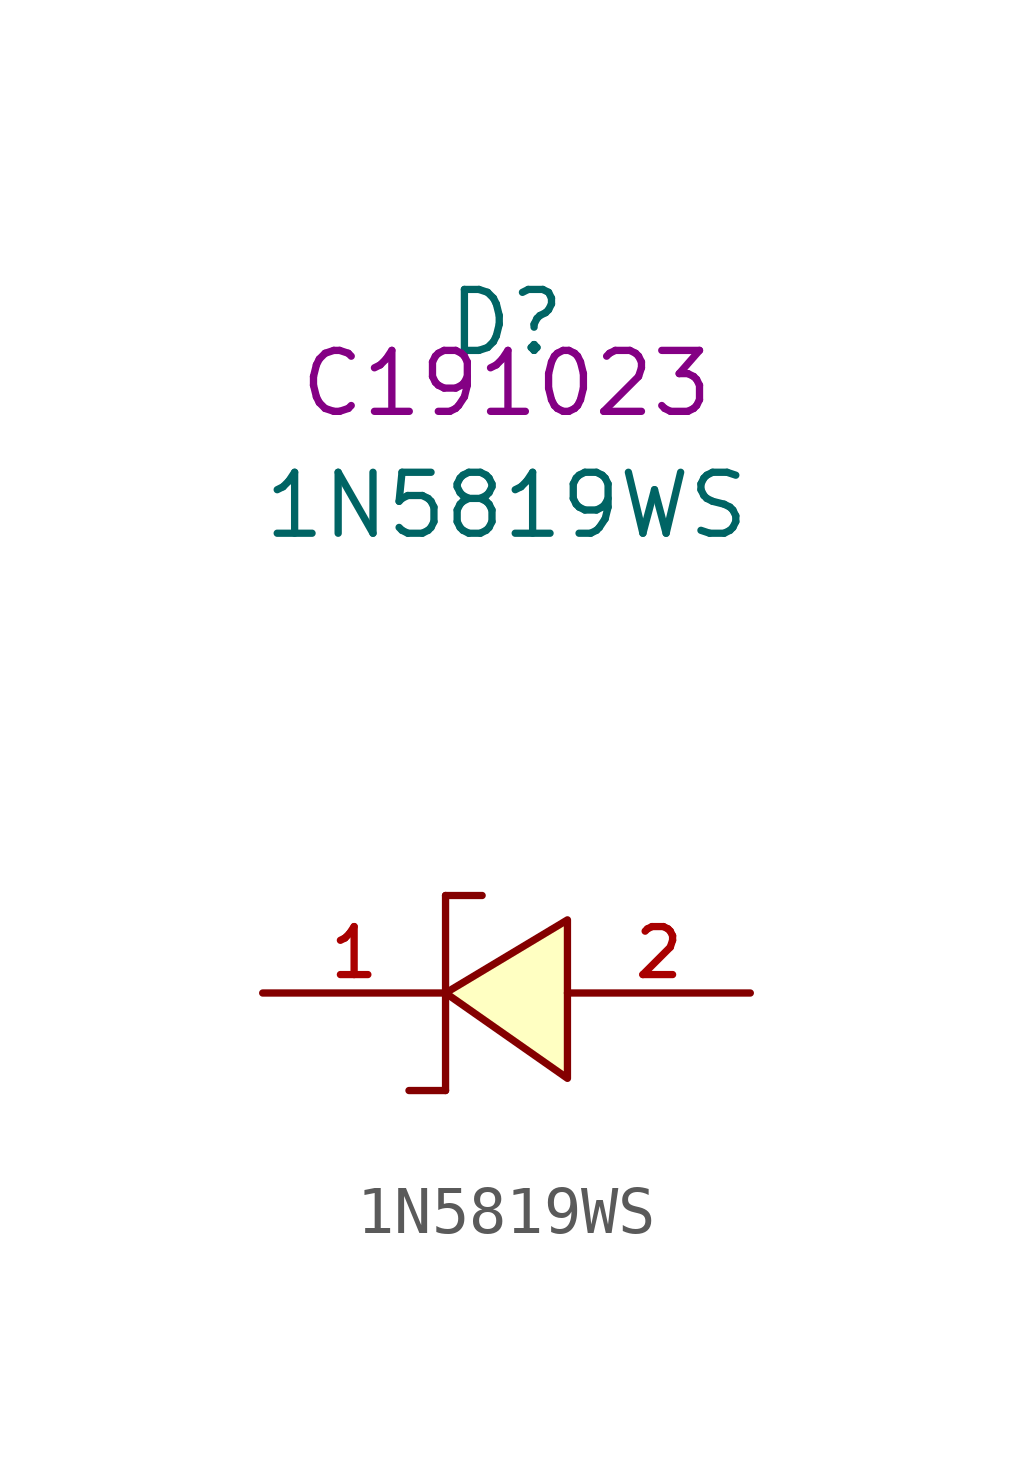
<source format=kicad_sym>
(kicad_symbol_lib
  (version 20210201)
  (generator TousstNicolas/JLC2KiCad_lib)
  (symbol "1N5819WS"
    (pin_names hide)
    (property "Reference" "D"
      (at 0 1.27 0)
      (effects (font (size 1.27 1.27))))
    (property "Value" "1N5819WS"
      (at 0 -2.54 0)
      (effects (font (size 1.27 1.27))))
    (property "LCSC" "C191023"
      (at 0 0 0)
      (effects (font (size 1.27 1.27))))
    (symbol "1N5819WS_0_0"
      (pin unspecified line (at 5.08 -12.7 180) (length 3.81) (name "A" (effects (font (size 1 1)))) (number "2" (effects (font (size 1 1)))))
      (pin unspecified line (at -5.08 -12.7 0) (length 3.81) (name "C" (effects (font (size 1 1)))) (number "1" (effects (font (size 1 1)))))
      (polyline (pts (xy -1.27 -14.732) (xy -1.27 -10.668)) (stroke (width 0) (type default) (color 0 0 0 0)) (fill (type none)))
      (polyline (pts (xy 1.27 -11.176) (xy -1.27 -12.7) (xy 1.27 -14.478) (xy 1.27 -11.176)) (stroke (width 0) (type default) (color 0 0 0 0)) (fill (type background)))
      (polyline (pts (xy -1.27 -14.732) (xy -2.032 -14.732)) (stroke (width 0) (type default) (color 0 0 0 0)) (fill (type none)))
      (polyline (pts (xy -1.27 -10.668) (xy -0.508 -10.668)) (stroke (width 0) (type default) (color 0 0 0 0)) (fill (type none))))))
</source>
